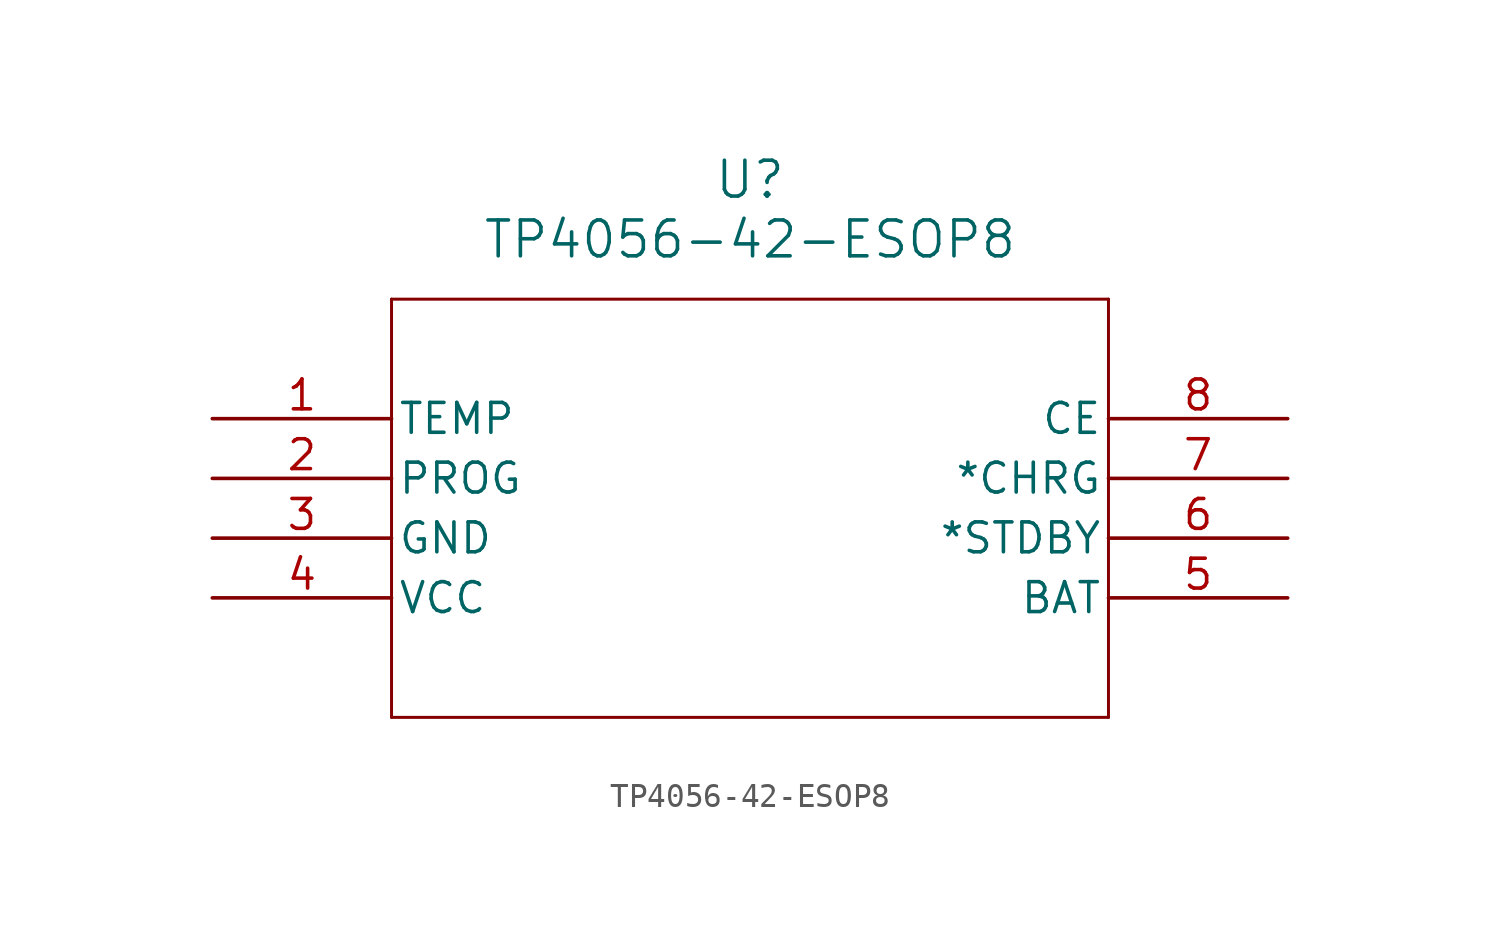
<source format=kicad_sym>
(kicad_symbol_lib
  (version 20211014)
  (generator kicad_symbol_editor)
  (symbol "TP4056-42-ESOP8"
    (pin_names
      (offset 0.254))
    (property "Reference" "U"
      (at 22.86 10.16 0)
      (effects (font (size 1.524 1.524))))
    (property "Value" "TP4056-42-ESOP8"
      (at 22.86 7.62 0)
      (effects (font (size 1.524 1.524))))
    (symbol "TP4056-42-ESOP8_0_1"
      (polyline (pts (xy 7.62 5.08) (xy 7.62 -12.7)) (stroke (width 0.127) (type default) (color 0 0 0 0)) (fill (type none)))
      (polyline (pts (xy 7.62 -12.7) (xy 38.1 -12.7)) (stroke (width 0.127) (type default) (color 0 0 0 0)) (fill (type none)))
      (polyline (pts (xy 38.1 -12.7) (xy 38.1 5.08)) (stroke (width 0.127) (type default) (color 0 0 0 0)) (fill (type none)))
      (polyline (pts (xy 38.1 5.08) (xy 7.62 5.08)) (stroke (width 0.127) (type default) (color 0 0 0 0)) (fill (type none)))
      (pin unspecified line (at 0 0 0) (length 7.62) (name "TEMP" (effects (font (size 1.27 1.27)))) (number "1" (effects (font (size 1.27 1.27)))))
      (pin unspecified line (at 0 -2.54 0) (length 7.62) (name "PROG" (effects (font (size 1.27 1.27)))) (number "2" (effects (font (size 1.27 1.27)))))
      (pin power_out line (at 0 -5.08 0) (length 7.62) (name "GND" (effects (font (size 1.27 1.27)))) (number "3" (effects (font (size 1.27 1.27)))))
      (pin power_in line (at 0 -7.62 0) (length 7.62) (name "VCC" (effects (font (size 1.27 1.27)))) (number "4" (effects (font (size 1.27 1.27)))))
      (pin unspecified line (at 45.72 -7.62 180) (length 7.62) (name "BAT" (effects (font (size 1.27 1.27)))) (number "5" (effects (font (size 1.27 1.27)))))
      (pin unspecified line (at 45.72 -5.08 180) (length 7.62) (name "*STDBY" (effects (font (size 1.27 1.27)))) (number "6" (effects (font (size 1.27 1.27)))))
      (pin unspecified line (at 45.72 -2.54 180) (length 7.62) (name "*CHRG" (effects (font (size 1.27 1.27)))) (number "7" (effects (font (size 1.27 1.27)))))
      (pin unspecified line (at 45.72 0 180) (length 7.62) (name "CE" (effects (font (size 1.27 1.27)))) (number "8" (effects (font (size 1.27 1.27))))))))
</source>
